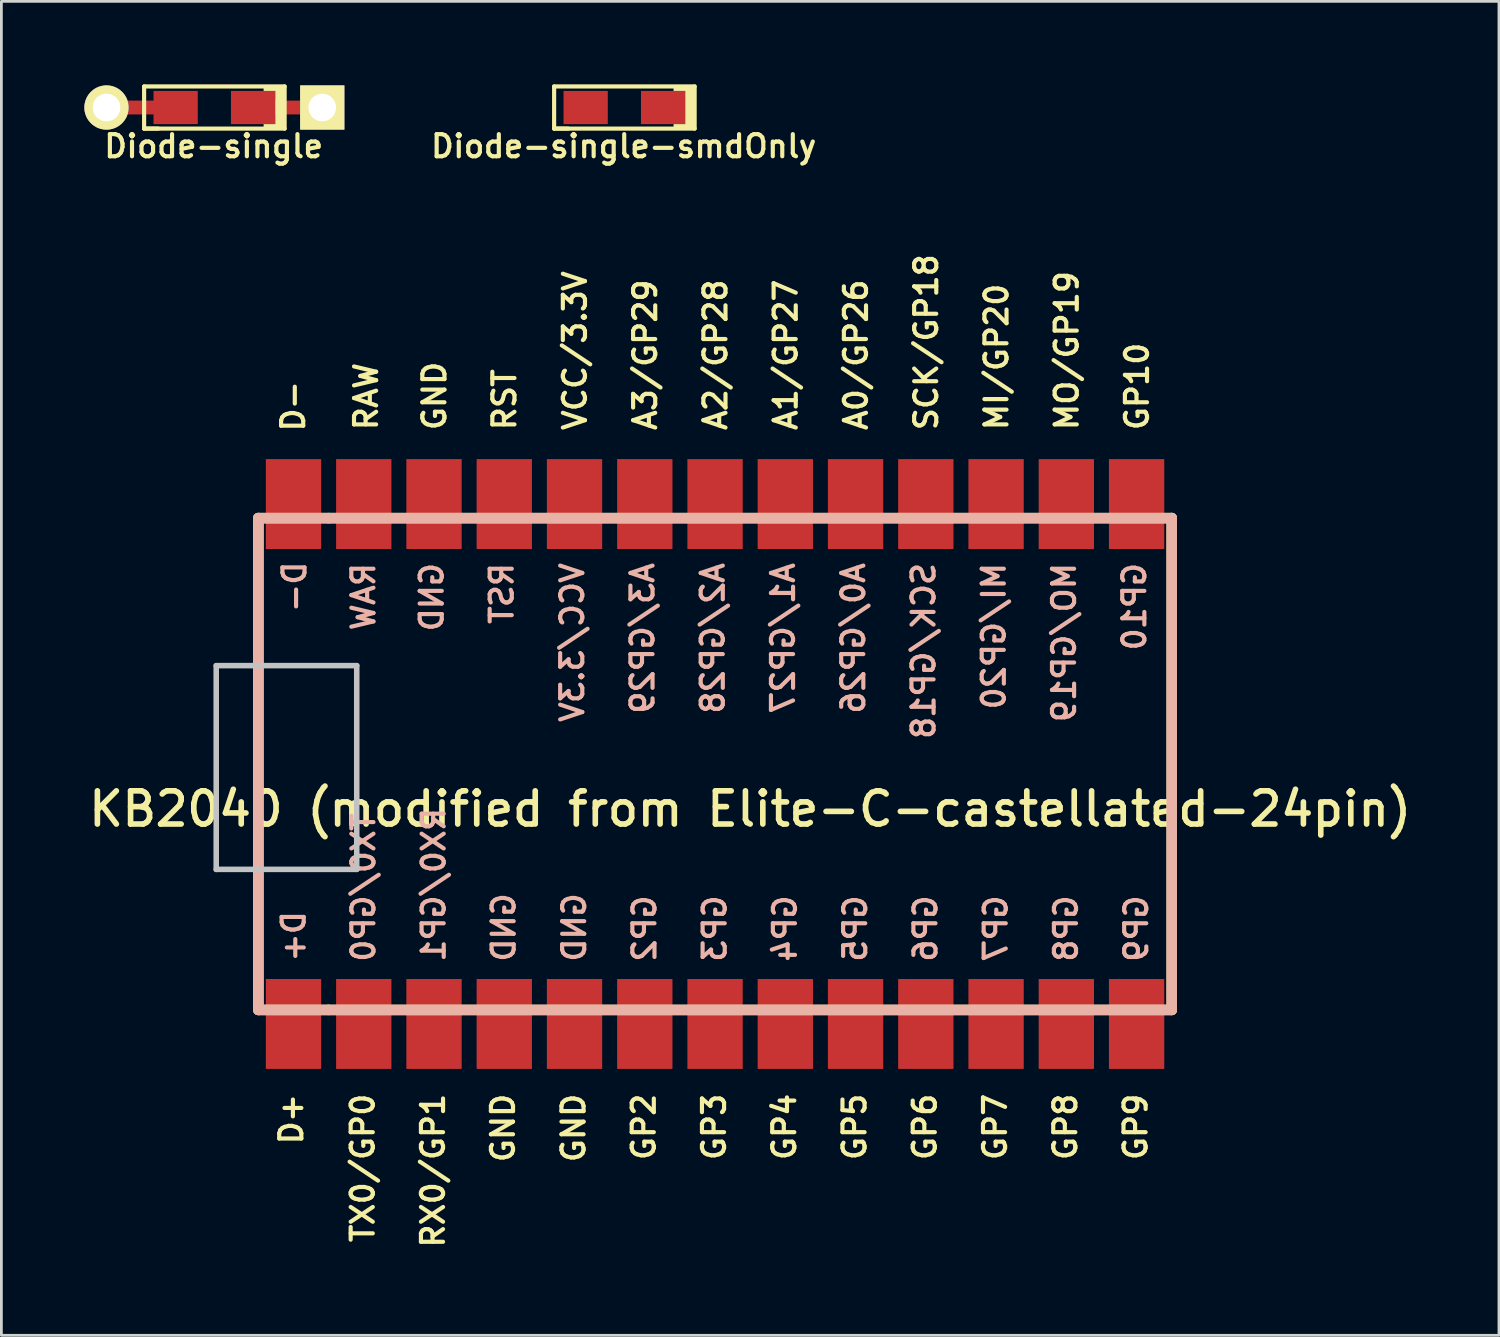
<source format=kicad_pcb>
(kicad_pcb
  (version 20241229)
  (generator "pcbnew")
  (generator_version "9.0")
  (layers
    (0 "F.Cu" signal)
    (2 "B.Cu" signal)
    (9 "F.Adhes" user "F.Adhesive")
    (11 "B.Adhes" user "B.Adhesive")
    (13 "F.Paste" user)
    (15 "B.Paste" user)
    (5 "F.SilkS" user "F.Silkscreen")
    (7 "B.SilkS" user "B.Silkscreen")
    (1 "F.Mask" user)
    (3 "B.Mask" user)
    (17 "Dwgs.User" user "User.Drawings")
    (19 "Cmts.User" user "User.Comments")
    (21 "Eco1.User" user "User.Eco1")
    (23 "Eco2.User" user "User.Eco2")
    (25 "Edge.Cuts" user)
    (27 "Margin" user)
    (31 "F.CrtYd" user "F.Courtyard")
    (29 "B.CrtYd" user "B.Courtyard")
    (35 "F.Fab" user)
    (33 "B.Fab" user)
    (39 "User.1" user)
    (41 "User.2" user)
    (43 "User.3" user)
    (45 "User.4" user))
  (footprint "Diode-single-smdOnly"
    (layer "F.Cu")
    (at 19.523 0.837)
    (property "Reference" "Diode-single-smdOnly" (at -0.025 1.4 0) (layer "F.SilkS") (effects (font (size 0.8 0.8) (thickness 0.15))))
    (attr smd)
    (fp_line (start -2.54 -0.762) (end -2.54 0.762) (stroke (width 0.15) (type solid)) (layer "F.SilkS"))
    (fp_line (start -2.54 0.762) (end -2.032 0.762) (stroke (width 0.15) (type solid)) (layer "F.SilkS"))
    (fp_line (start -2.54 0.762) (end 2.54 0.762) (stroke (width 0.15) (type solid)) (layer "F.SilkS"))
    (fp_line (start 2.54 -0.762) (end -2.54 -0.762) (stroke (width 0.15) (type solid)) (layer "F.SilkS"))
    (fp_line (start 2.54 0.762) (end 2.54 -0.762) (stroke (width 0.15) (type solid)) (layer "F.SilkS"))
    (fp_poly (pts (xy 2.54 0.762) (xy 1.778 0.762) (xy 1.778 0.6) (xy 2.2 0.6) (xy 2.2 -0.6) (xy 1.778 -0.6) (xy 1.778 -0.762) (xy 2.54 -0.762)) (stroke (width 0) (type solid)) (fill yes) (layer "F.SilkS"))
    (pad "1" smd rect (at -1.4 0) (size 1.6 1.2) (layers "F.Cu" "F.Mask" "F.Paste"))
    (pad "2" smd rect (at 1.4 0) (size 1.6 1.2) (layers "F.Cu" "F.Mask" "F.Paste")))
  (footprint "KB2040 (modified from Elite-C-castellated-24pin)"
    (layer "F.Cu")
    (at 24.071 24.571)
    (property "Reference" "KB2040 (modified from Elite-C-castellated-24pin)" (at 0 1.625 0) (layer "F.SilkS") (effects (font (size 1.2 1.2) (thickness 0.203))))
    (attr through_hole)
    (fp_line (start -17.78 -8.89) (end -17.78 8.89) (stroke (width 0.381) (type solid)) (layer "F.SilkS"))
    (fp_line (start -17.78 8.89) (end -15.24 8.89) (stroke (width 0.381) (type solid)) (layer "F.SilkS"))
    (fp_line (start -15.24 -8.89) (end -17.78 -8.89) (stroke (width 0.381) (type solid)) (layer "F.SilkS"))
    (fp_line (start -15.24 8.89) (end 15.24 8.89) (stroke (width 0.381) (type solid)) (layer "F.SilkS"))
    (fp_line (start 15.24 -8.89) (end -15.24 -8.89) (stroke (width 0.381) (type solid)) (layer "F.SilkS"))
    (fp_line (start 15.24 8.89) (end 15.24 -8.89) (stroke (width 0.381) (type solid)) (layer "F.SilkS"))
    (fp_line (start -17.78 -8.89) (end -17.78 8.89) (stroke (width 0.381) (type solid)) (layer "B.SilkS"))
    (fp_line (start -17.78 8.89) (end 15.24 8.89) (stroke (width 0.381) (type solid)) (layer "B.SilkS"))
    (fp_line (start 15.24 -8.89) (end -17.78 -8.89) (stroke (width 0.381) (type solid)) (layer "B.SilkS"))
    (fp_line (start 15.24 8.89) (end 15.24 -8.89) (stroke (width 0.381) (type solid)) (layer "B.SilkS"))
    (fp_line (start -19.304 -3.556) (end -14.224 -3.556) (stroke (width 0.2) (type solid)) (layer "Dwgs.User"))
    (fp_line (start -19.304 3.81) (end -19.304 -3.556) (stroke (width 0.2) (type solid)) (layer "Dwgs.User"))
    (fp_line (start -14.224 -3.556) (end -14.224 3.81) (stroke (width 0.2) (type solid)) (layer "Dwgs.User"))
    (fp_line (start -14.224 3.81) (end -19.304 3.81) (stroke (width 0.2) (type solid)) (layer "Dwgs.User"))
    (fp_text user "GP6" (at 6.314 11.84 90) (layer "F.SilkS") (effects (font (size 0.8 0.8) (thickness 0.15)) (justify right)))
    (fp_text user "GP9" (at 13.934 11.84 90) (layer "F.SilkS") (effects (font (size 0.8 0.8) (thickness 0.15)) (justify right)))
    (fp_text user "A0/GP26" (at 3.825 -11.989 90) (layer "F.SilkS") (effects (font (size 0.8 0.8) (thickness 0.15)) (justify left)))
    (fp_text user "GP10" (at 13.985 -11.989 90) (layer "F.SilkS") (effects (font (size 0.8 0.8) (thickness 0.15)) (justify left)))
    (fp_text user "GP2" (at -3.846 11.84 90) (layer "F.SilkS") (effects (font (size 0.8 0.8) (thickness 0.15)) (justify right)))
    (fp_text user "RST" (at -8.884 -11.989 90) (layer "F.SilkS") (effects (font (size 0.8 0.8) (thickness 0.15)) (justify left)))
    (fp_text user "RAW" (at -13.885 -11.989 90) (layer "F.SilkS") (effects (font (size 0.8 0.8) (thickness 0.15)) (justify left)))
    (fp_text user "VCC/3.3V" (at -6.335 -11.989 90) (layer "F.SilkS") (effects (font (size 0.8 0.8) (thickness 0.15)) (justify left)))
    (fp_text user "GP8" (at 11.394 11.84 90) (layer "F.SilkS") (effects (font (size 0.8 0.8) (thickness 0.15)) (justify right)))
    (fp_text user "TX0/GP0" (at -14.006 11.84 90) (layer "F.SilkS") (effects (font (size 0.8 0.8) (thickness 0.15)) (justify right)))
    (fp_text user "RX0/GP1" (at -11.466 11.84 90) (layer "F.SilkS") (effects (font (size 0.8 0.8) (thickness 0.15)) (justify right)))
    (fp_text user "MO/GP19" (at 11.445 -11.989 90) (layer "F.SilkS") (effects (font (size 0.8 0.8) (thickness 0.15)) (justify left)))
    (fp_text user "GND" (at -8.936 11.84 90) (layer "F.SilkS") (effects (font (size 0.8 0.8) (thickness 0.15)) (justify right)))
    (fp_text user "GP4" (at 1.234 11.84 90) (layer "F.SilkS") (effects (font (size 0.8 0.8) (thickness 0.15)) (justify right)))
    (fp_text user "GP3" (at -1.306 11.84 90) (layer "F.SilkS") (effects (font (size 0.8 0.8) (thickness 0.15)) (justify right)))
    (fp_text user "GND" (at -6.386 11.84 90) (layer "F.SilkS") (effects (font (size 0.8 0.8) (thickness 0.15)) (justify right)))
    (fp_text user "A3/GP29" (at -3.795 -11.989 90) (layer "F.SilkS") (effects (font (size 0.8 0.8) (thickness 0.15)) (justify left)))
    (fp_text user "A1/GP27" (at 1.285 -11.989 90) (layer "F.SilkS") (effects (font (size 0.8 0.8) (thickness 0.15)) (justify left)))
    (fp_text user "D-" (at -16.521 -13.93 90) (layer "F.SilkS") (effects (font (size 0.8 0.8) (thickness 0.15)) (justify right)))
    (fp_text user "GND" (at -11.415 -11.989 90) (layer "F.SilkS") (effects (font (size 0.8 0.8) (thickness 0.15)) (justify left)))
    (fp_text user "D+" (at -16.589 11.84 90) (layer "F.SilkS") (effects (font (size 0.8 0.8) (thickness 0.15)) (justify right)))
    (fp_text user "A2/GP28" (at -1.255 -11.989 90) (layer "F.SilkS") (effects (font (size 0.8 0.8) (thickness 0.15)) (justify left)))
    (fp_text user "MI/GP20" (at 8.905 -11.989 90) (layer "F.SilkS") (effects (font (size 0.8 0.8) (thickness 0.15)) (justify left)))
    (fp_text user "GP5" (at 3.774 11.84 90) (layer "F.SilkS") (effects (font (size 0.8 0.8) (thickness 0.15)) (justify right)))
    (fp_text user "SCK/GP18" (at 6.365 -11.989 90) (layer "F.SilkS") (effects (font (size 0.8 0.8) (thickness 0.15)) (justify left)))
    (fp_text user "GP7" (at 8.854 11.84 90) (layer "F.SilkS") (effects (font (size 0.8 0.8) (thickness 0.15)) (justify right)))
    (fp_text user "RX0/GP1" (at -11.442 7.227 270) (layer "B.SilkS") (effects (font (size 0.8 0.8) (thickness 0.15)) (justify right mirror)))
    (fp_text user "D-" (at -16.474 -5.409 270) (layer "B.SilkS") (effects (font (size 0.8 0.8) (thickness 0.15)) (justify right mirror)))
    (fp_text user "A2/GP28" (at -1.352 -7.349 270) (layer "B.SilkS") (effects (font (size 0.8 0.8) (thickness 0.15)) (justify left mirror)))
    (fp_text user "MI/GP20" (at 8.808 -7.349 270) (layer "B.SilkS") (effects (font (size 0.8 0.8) (thickness 0.15)) (justify left mirror)))
    (fp_text user "RST" (at -8.981 -7.349 270) (layer "B.SilkS") (effects (font (size 0.8 0.8) (thickness 0.15)) (justify left mirror)))
    (fp_text user "D+" (at -16.503 7.227 270) (layer "B.SilkS") (effects (font (size 0.8 0.8) (thickness 0.15)) (justify right mirror)))
    (fp_text user "GP7" (at 8.878 7.227 270) (layer "B.SilkS") (effects (font (size 0.8 0.8) (thickness 0.15)) (justify right mirror)))
    (fp_text user "GND" (at -6.362 7.227 270) (layer "B.SilkS") (effects (font (size 0.8 0.8) (thickness 0.15)) (justify right mirror)))
    (fp_text user "GP4" (at 1.258 7.227 270) (layer "B.SilkS") (effects (font (size 0.8 0.8) (thickness 0.15)) (justify right mirror)))
    (fp_text user "MO/GP19" (at 11.348 -7.349 270) (layer "B.SilkS") (effects (font (size 0.8 0.8) (thickness 0.15)) (justify left mirror)))
    (fp_text user "VCC/3.3V" (at -6.432 -7.349 270) (layer "B.SilkS") (effects (font (size 0.8 0.8) (thickness 0.15)) (justify left mirror)))
    (fp_text user "A0/GP26" (at 3.728 -7.349 270) (layer "B.SilkS") (effects (font (size 0.8 0.8) (thickness 0.15)) (justify left mirror)))
    (fp_text user "GND" (at -11.512 -7.349 270) (layer "B.SilkS") (effects (font (size 0.8 0.8) (thickness 0.15)) (justify left mirror)))
    (fp_text user "TX0/GP0" (at -13.982 7.227 270) (layer "B.SilkS") (effects (font (size 0.8 0.8) (thickness 0.15)) (justify right mirror)))
    (fp_text user "GP2" (at -3.822 7.227 270) (layer "B.SilkS") (effects (font (size 0.8 0.8) (thickness 0.15)) (justify right mirror)))
    (fp_text user "GP3" (at -1.282 7.227 270) (layer "B.SilkS") (effects (font (size 0.8 0.8) (thickness 0.15)) (justify right mirror)))
    (fp_text user "SCK/GP18" (at 6.268 -7.349 270) (layer "B.SilkS") (effects (font (size 0.8 0.8) (thickness 0.15)) (justify left mirror)))
    (fp_text user "RAW" (at -13.982 -7.349 270) (layer "B.SilkS") (effects (font (size 0.8 0.8) (thickness 0.15)) (justify left mirror)))
    (fp_text user "GP8" (at 11.418 7.227 270) (layer "B.SilkS") (effects (font (size 0.8 0.8) (thickness 0.15)) (justify right mirror)))
    (fp_text user "GP5" (at 3.798 7.227 270) (layer "B.SilkS") (effects (font (size 0.8 0.8) (thickness 0.15)) (justify right mirror)))
    (fp_text user "GP6" (at 6.338 7.227 270) (layer "B.SilkS") (effects (font (size 0.8 0.8) (thickness 0.15)) (justify right mirror)))
    (fp_text user "A1/GP27" (at 1.188 -7.349 270) (layer "B.SilkS") (effects (font (size 0.8 0.8) (thickness 0.15)) (justify left mirror)))
    (fp_text user "GND" (at -8.912 7.227 270) (layer "B.SilkS") (effects (font (size 0.8 0.8) (thickness 0.15)) (justify right mirror)))
    (fp_text user "GP10" (at 13.888 -7.349 270) (layer "B.SilkS") (effects (font (size 0.8 0.8) (thickness 0.15)) (justify left mirror)))
    (fp_text user "A3/GP29" (at -3.892 -7.349 270) (layer "B.SilkS") (effects (font (size 0.8 0.8) (thickness 0.15)) (justify left mirror)))
    (fp_text user "GP9" (at 13.958 7.227 270) (layer "B.SilkS") (effects (font (size 0.8 0.8) (thickness 0.15)) (justify right mirror)))
    (pad "0" smd rect (at -16.51 9.398) (size 2 3.25) (layers "F.Cu" "F.Mask" "F.Paste"))
    (pad "1" smd rect (at -13.97 9.398) (size 2 3.25) (layers "F.Cu" "F.Mask" "F.Paste"))
    (pad "2" smd rect (at -11.43 9.398) (size 2 3.25) (layers "F.Cu" "F.Mask" "F.Paste"))
    (pad "3" smd rect (at -8.89 9.398) (size 2 3.25) (layers "F.Cu" "F.Mask" "F.Paste"))
    (pad "4" smd rect (at -6.35 9.398) (size 2 3.25) (layers "F.Cu" "F.Mask" "F.Paste"))
    (pad "5" smd rect (at -3.81 9.398) (size 2 3.25) (layers "F.Cu" "F.Mask" "F.Paste"))
    (pad "6" smd rect (at -1.27 9.398) (size 2 3.25) (layers "F.Cu" "F.Mask" "F.Paste"))
    (pad "7" smd rect (at 1.27 9.398) (size 2 3.25) (layers "F.Cu" "F.Mask" "F.Paste"))
    (pad "8" smd rect (at 3.81 9.398) (size 2 3.25) (layers "F.Cu" "F.Mask" "F.Paste"))
    (pad "9" smd rect (at 6.35 9.398) (size 2 3.25) (layers "F.Cu" "F.Mask" "F.Paste"))
    (pad "10" smd rect (at 8.89 9.398) (size 2 3.25) (layers "F.Cu" "F.Mask" "F.Paste"))
    (pad "11" smd rect (at 11.43 9.398) (size 2 3.25) (layers "F.Cu" "F.Mask" "F.Paste"))
    (pad "12" smd rect (at 13.97 9.398) (size 2 3.25) (layers "F.Cu" "F.Mask" "F.Paste"))
    (pad "13" smd rect (at 13.97 -9.398) (size 2 3.25) (layers "F.Cu" "F.Mask" "F.Paste"))
    (pad "14" smd rect (at 11.43 -9.398) (size 2 3.25) (layers "F.Cu" "F.Mask" "F.Paste"))
    (pad "15" smd rect (at 8.89 -9.398) (size 2 3.25) (layers "F.Cu" "F.Mask" "F.Paste"))
    (pad "16" smd rect (at 6.35 -9.398) (size 2 3.25) (layers "F.Cu" "F.Mask" "F.Paste"))
    (pad "17" smd rect (at 3.81 -9.398) (size 2 3.25) (layers "F.Cu" "F.Mask" "F.Paste"))
    (pad "18" smd rect (at 1.27 -9.398) (size 2 3.25) (layers "F.Cu" "F.Mask" "F.Paste"))
    (pad "19" smd rect (at -1.27 -9.398) (size 2 3.25) (layers "F.Cu" "F.Mask" "F.Paste"))
    (pad "20" smd rect (at -3.81 -9.398) (size 2 3.25) (layers "F.Cu" "F.Mask" "F.Paste"))
    (pad "21" smd rect (at -6.35 -9.398) (size 2 3.25) (layers "F.Cu" "F.Mask" "F.Paste"))
    (pad "22" smd rect (at -8.89 -9.398) (size 2 3.25) (layers "F.Cu" "F.Mask" "F.Paste"))
    (pad "23" smd rect (at -11.43 -9.398) (size 2 3.25) (layers "F.Cu" "F.Mask" "F.Paste"))
    (pad "24" smd rect (at -13.97 -9.398) (size 2 3.25) (layers "F.Cu" "F.Mask" "F.Paste"))
    (pad "25" smd rect (at -16.51 -9.398) (size 2 3.25) (layers "F.Cu" "F.Mask" "F.Paste")))
  (footprint "Diode-single"
    (layer "F.Cu")
    (at 4.7 0.837)
    (property "Reference" "Diode-single" (at -0.025 1.4 0) (layer "F.SilkS") (effects (font (size 0.8 0.8) (thickness 0.15))))
    (attr smd)
    (fp_line (start -2.54 -0.762) (end -2.54 0.762) (stroke (width 0.15) (type solid)) (layer "F.SilkS"))
    (fp_line (start -2.54 0.762) (end -2.032 0.762) (stroke (width 0.15) (type solid)) (layer "F.SilkS"))
    (fp_line (start -2.54 0.762) (end 2.54 0.762) (stroke (width 0.15) (type solid)) (layer "F.SilkS"))
    (fp_line (start 2.54 -0.762) (end -2.54 -0.762) (stroke (width 0.15) (type solid)) (layer "F.SilkS"))
    (fp_line (start 2.54 0.762) (end 2.54 -0.762) (stroke (width 0.15) (type solid)) (layer "F.SilkS"))
    (fp_poly (pts (xy 2.542 0.762) (xy 1.78 0.762) (xy 1.78 0.6) (xy 2.202 0.6) (xy 2.202 -0.6) (xy 1.78 -0.6) (xy 1.78 -0.762) (xy 2.542 -0.762)) (stroke (width 0) (type solid)) (fill yes) (layer "F.SilkS"))
    (pad "1" thru_hole circle (at -3.9 0) (size 1.6 1.6) (drill 1) (layers "*.Cu" "*.Mask" "F.SilkS"))
    (pad "1" smd rect (at -2.5 0) (size 2.9 0.5) (layers "F.Cu"))
    (pad "1" smd rect (at -1.4 0) (size 1.6 1.2) (layers "F.Cu" "F.Mask" "F.Paste"))
    (pad "2" smd rect (at 1.4 0) (size 1.6 1.2) (layers "F.Cu" "F.Mask" "F.Paste"))
    (pad "2" smd rect (at 2.5 0) (size 2.9 0.5) (layers "F.Cu"))
    (pad "2" thru_hole rect (at 3.9 0) (size 1.6 1.6) (drill 1) (layers "*.Cu" "*.Mask" "F.SilkS")))
  (gr_rect
    (start -3 -3)
    (end 51.141 45.226)
    (stroke (width 0.1) (type default))
    (fill no)
    (layer "Edge.Cuts")))
</source>
